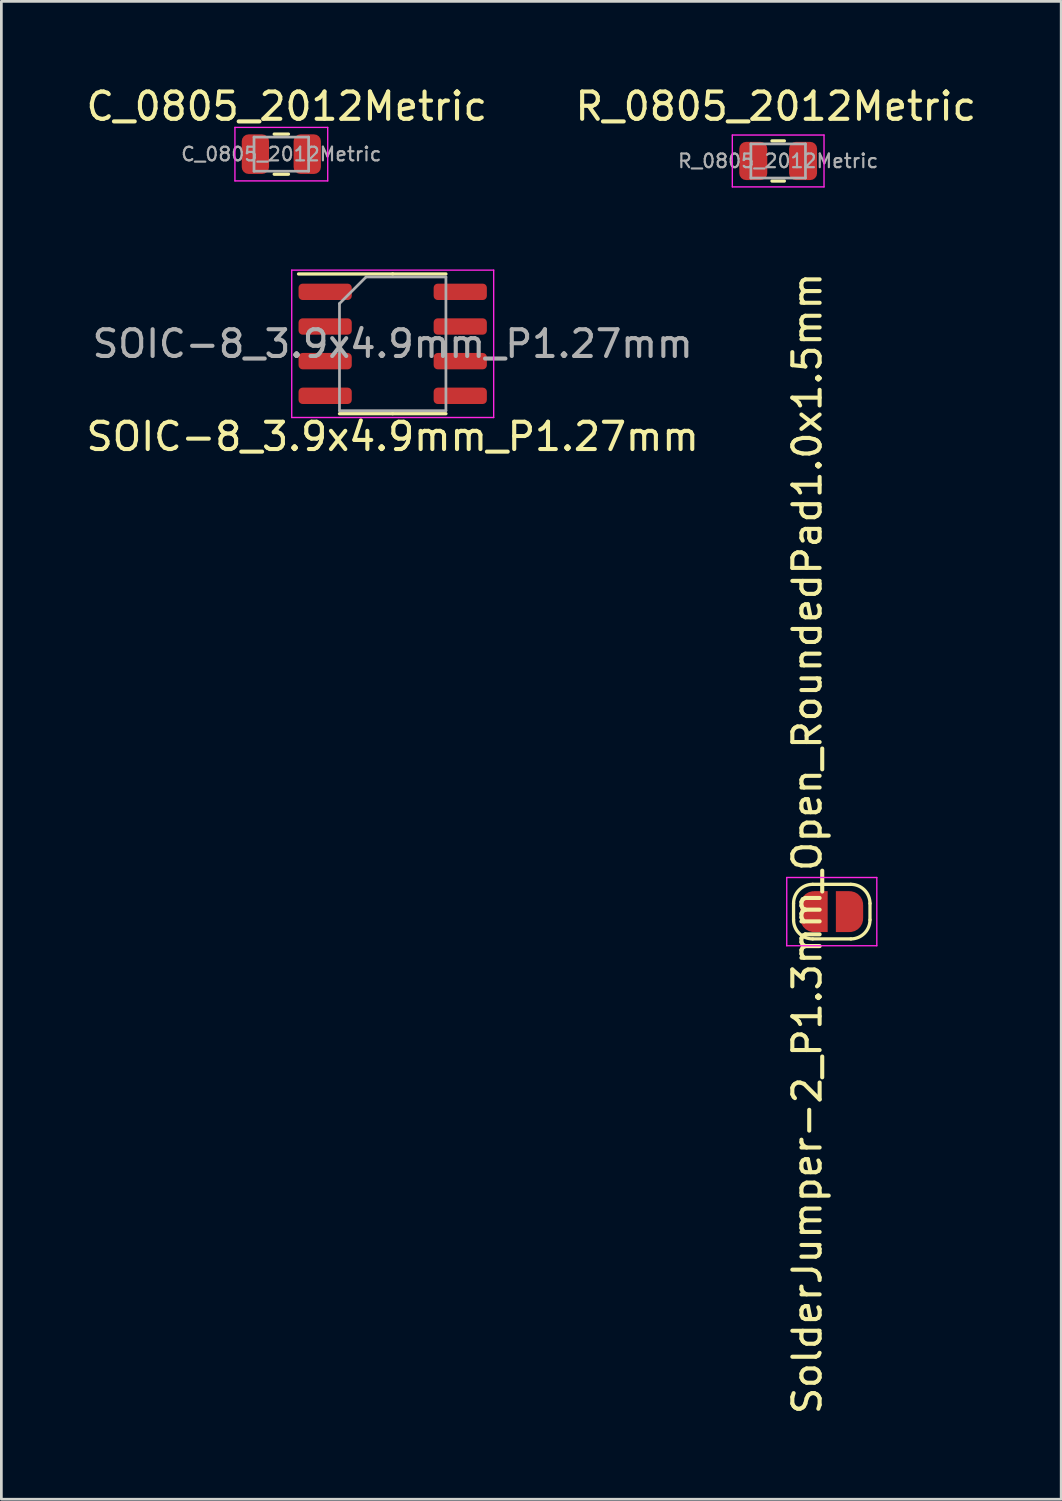
<source format=kicad_pcb>
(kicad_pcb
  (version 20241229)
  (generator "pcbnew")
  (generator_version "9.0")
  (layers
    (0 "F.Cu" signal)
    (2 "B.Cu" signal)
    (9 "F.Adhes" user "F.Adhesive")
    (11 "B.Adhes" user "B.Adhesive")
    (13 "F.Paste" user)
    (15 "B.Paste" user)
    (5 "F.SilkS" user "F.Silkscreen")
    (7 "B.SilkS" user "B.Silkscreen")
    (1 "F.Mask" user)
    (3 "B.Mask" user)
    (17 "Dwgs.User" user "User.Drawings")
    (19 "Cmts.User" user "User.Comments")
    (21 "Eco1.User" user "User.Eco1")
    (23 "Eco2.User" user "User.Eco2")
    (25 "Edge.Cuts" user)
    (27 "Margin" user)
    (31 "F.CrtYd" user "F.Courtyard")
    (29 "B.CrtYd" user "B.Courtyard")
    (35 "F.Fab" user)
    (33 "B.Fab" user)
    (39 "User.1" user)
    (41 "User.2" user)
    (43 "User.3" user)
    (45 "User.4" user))
  (footprint "SolderJumper-2_P1.3mm_Open_RoundedPad1.0x1.5mm"
    (layer "F.Cu")
    (at 27.427 30.353)
    (property "Reference" "SolderJumper-2_P1.3mm_Open_RoundedPad1.0x1.5mm" (at -0.9 -2.5 90) (layer "F.SilkS") (effects (font (size 1 1) (thickness 0.15))))
    (attr exclude_from_pos_files exclude_from_bom)
    (fp_line (start -1.4 0.3) (end -1.4 -0.3) (stroke (width 0.12) (type solid)) (layer "F.SilkS"))
    (fp_line (start -0.7 -1) (end 0.7 -1) (stroke (width 0.12) (type solid)) (layer "F.SilkS"))
    (fp_line (start 0.7 1) (end -0.7 1) (stroke (width 0.12) (type solid)) (layer "F.SilkS"))
    (fp_line (start 1.4 -0.3) (end 1.4 0.3) (stroke (width 0.12) (type solid)) (layer "F.SilkS"))
    (fp_arc (start -1.4 -0.3) (mid -1.194975 -0.794975) (end -0.7 -1) (stroke (width 0.12) (type solid)) (layer "F.SilkS"))
    (fp_arc (start -0.7 1) (mid -1.194975 0.794975) (end -1.4 0.3) (stroke (width 0.12) (type solid)) (layer "F.SilkS"))
    (fp_arc (start 0.7 -1) (mid 1.194975 -0.794975) (end 1.4 -0.3) (stroke (width 0.12) (type solid)) (layer "F.SilkS"))
    (fp_arc (start 1.4 0.3) (mid 1.194975 0.794975) (end 0.7 1) (stroke (width 0.12) (type solid)) (layer "F.SilkS"))
    (fp_line (start -1.65 -1.25) (end -1.65 1.25) (stroke (width 0.05) (type solid)) (layer "F.CrtYd"))
    (fp_line (start -1.65 -1.25) (end 1.65 -1.25) (stroke (width 0.05) (type solid)) (layer "F.CrtYd"))
    (fp_line (start 1.65 1.25) (end -1.65 1.25) (stroke (width 0.05) (type solid)) (layer "F.CrtYd"))
    (fp_line (start 1.65 1.25) (end 1.65 -1.25) (stroke (width 0.05) (type solid)) (layer "F.CrtYd"))
    (pad "1" smd custom (at -0.65 0) (size 1 0.5) (layers "F.Cu" "F.Mask") (options (anchor rect)) (primitives (gr_circle (center 0 0.25) (end 0.5 0.25) (width 0) (fill yes)) (gr_circle (center 0 -0.25) (end 0.5 -0.25) (width 0) (fill yes)) (gr_poly (pts (xy 0 -0.75) (xy 0.5 -0.75) (xy 0.5 0.75) (xy 0 0.75)) (width 0) (fill yes))))
    (pad "2" smd custom (at 0.65 0) (size 1 0.5) (layers "F.Cu" "F.Mask") (options (anchor rect)) (primitives (gr_circle (center 0 0.25) (end 0.5 0.25) (width 0) (fill yes)) (gr_circle (center 0 -0.25) (end 0.5 -0.25) (width 0) (fill yes)) (gr_poly (pts (xy 0 -0.75) (xy -0.5 -0.75) (xy -0.5 0.75) (xy 0 0.75)) (width 0) (fill yes)))))
  (footprint "R_0805_2012Metric"
    (layer "F.Cu")
    (at 25.463 2.848)
    (property "Reference" "R_0805_2012Metric" (at -0.087 -2 180) (layer "F.SilkS") (effects (font (size 1 1) (thickness 0.15))))
    (attr smd)
    (fp_line (start -0.227 -0.735) (end 0.227 -0.735) (stroke (width 0.12) (type solid)) (layer "F.SilkS"))
    (fp_line (start -0.227 0.735) (end 0.227 0.735) (stroke (width 0.12) (type solid)) (layer "F.SilkS"))
    (fp_line (start -1.68 -0.95) (end 1.68 -0.95) (stroke (width 0.05) (type solid)) (layer "F.CrtYd"))
    (fp_line (start -1.68 0.95) (end -1.68 -0.95) (stroke (width 0.05) (type solid)) (layer "F.CrtYd"))
    (fp_line (start 1.68 -0.95) (end 1.68 0.95) (stroke (width 0.05) (type solid)) (layer "F.CrtYd"))
    (fp_line (start 1.68 0.95) (end -1.68 0.95) (stroke (width 0.05) (type solid)) (layer "F.CrtYd"))
    (fp_line (start -1 -0.625) (end 1 -0.625) (stroke (width 0.1) (type solid)) (layer "F.Fab"))
    (fp_line (start -1 0.625) (end -1 -0.625) (stroke (width 0.1) (type solid)) (layer "F.Fab"))
    (fp_line (start 1 -0.625) (end 1 0.625) (stroke (width 0.1) (type solid)) (layer "F.Fab"))
    (fp_line (start 1 0.625) (end -1 0.625) (stroke (width 0.1) (type solid)) (layer "F.Fab"))
    (fp_text user "${REFERENCE}" (at 0 0 180) (layer "F.Fab") (effects (font (size 0.5 0.5) (thickness 0.08))))
    (pad "1" smd roundrect (at -0.912 0) (size 1.025 1.4) (layers "F.Cu" "F.Mask" "F.Paste") (roundrect_rratio 0.244))
    (pad "2" smd roundrect (at 0.912 0) (size 1.025 1.4) (layers "F.Cu" "F.Mask" "F.Paste") (roundrect_rratio 0.244)))
  (footprint "C_0805_2012Metric"
    (layer "F.Cu")
    (at 7.258 2.598)
    (property "Reference" "C_0805_2012Metric" (at 0.2 -1.75 0) (layer "F.SilkS") (effects (font (size 1 1) (thickness 0.15))))
    (attr smd)
    (fp_line (start -0.261 -0.735) (end 0.261 -0.735) (stroke (width 0.12) (type solid)) (layer "F.SilkS"))
    (fp_line (start -0.261 0.735) (end 0.261 0.735) (stroke (width 0.12) (type solid)) (layer "F.SilkS"))
    (fp_line (start -1.7 -0.98) (end 1.7 -0.98) (stroke (width 0.05) (type solid)) (layer "F.CrtYd"))
    (fp_line (start -1.7 0.98) (end -1.7 -0.98) (stroke (width 0.05) (type solid)) (layer "F.CrtYd"))
    (fp_line (start 1.7 -0.98) (end 1.7 0.98) (stroke (width 0.05) (type solid)) (layer "F.CrtYd"))
    (fp_line (start 1.7 0.98) (end -1.7 0.98) (stroke (width 0.05) (type solid)) (layer "F.CrtYd"))
    (fp_line (start -1 -0.625) (end 1 -0.625) (stroke (width 0.1) (type solid)) (layer "F.Fab"))
    (fp_line (start -1 0.625) (end -1 -0.625) (stroke (width 0.1) (type solid)) (layer "F.Fab"))
    (fp_line (start 1 -0.625) (end 1 0.625) (stroke (width 0.1) (type solid)) (layer "F.Fab"))
    (fp_line (start 1 0.625) (end -1 0.625) (stroke (width 0.1) (type solid)) (layer "F.Fab"))
    (fp_text user "${REFERENCE}" (at 0 0 0) (layer "F.Fab") (effects (font (size 0.5 0.5) (thickness 0.08))))
    (pad "1" smd roundrect (at -0.95 0) (size 1 1.45) (layers "F.Cu" "F.Mask" "F.Paste") (roundrect_rratio 0.25))
    (pad "2" smd roundrect (at 0.95 0) (size 1 1.45) (layers "F.Cu" "F.Mask" "F.Paste") (roundrect_rratio 0.25)))
  (footprint "SOIC-8_3.9x4.9mm_P1.27mm"
    (layer "F.Cu")
    (at 11.339 9.548)
    (property "Reference" "SOIC-8_3.9x4.9mm_P1.27mm" (at 0 3.4 0) (layer "F.SilkS") (effects (font (size 1 1) (thickness 0.15))))
    (attr smd)
    (fp_line (start 0 -2.56) (end -3.45 -2.56) (stroke (width 0.12) (type solid)) (layer "F.SilkS"))
    (fp_line (start 0 -2.56) (end 1.95 -2.56) (stroke (width 0.12) (type solid)) (layer "F.SilkS"))
    (fp_line (start 0 2.56) (end -1.95 2.56) (stroke (width 0.12) (type solid)) (layer "F.SilkS"))
    (fp_line (start 0 2.56) (end 1.95 2.56) (stroke (width 0.12) (type solid)) (layer "F.SilkS"))
    (fp_line (start -3.7 -2.7) (end -3.7 2.7) (stroke (width 0.05) (type solid)) (layer "F.CrtYd"))
    (fp_line (start -3.7 2.7) (end 3.7 2.7) (stroke (width 0.05) (type solid)) (layer "F.CrtYd"))
    (fp_line (start 3.7 -2.7) (end -3.7 -2.7) (stroke (width 0.05) (type solid)) (layer "F.CrtYd"))
    (fp_line (start 3.7 2.7) (end 3.7 -2.7) (stroke (width 0.05) (type solid)) (layer "F.CrtYd"))
    (fp_line (start -1.95 -1.475) (end -0.975 -2.45) (stroke (width 0.1) (type solid)) (layer "F.Fab"))
    (fp_line (start -1.95 2.45) (end -1.95 -1.475) (stroke (width 0.1) (type solid)) (layer "F.Fab"))
    (fp_line (start -0.975 -2.45) (end 1.95 -2.45) (stroke (width 0.1) (type solid)) (layer "F.Fab"))
    (fp_line (start 1.95 -2.45) (end 1.95 2.45) (stroke (width 0.1) (type solid)) (layer "F.Fab"))
    (fp_line (start 1.95 2.45) (end -1.95 2.45) (stroke (width 0.1) (type solid)) (layer "F.Fab"))
    (fp_text user "${REFERENCE}" (at 0 0 0) (layer "F.Fab") (effects (font (size 0.98 0.98) (thickness 0.15))))
    (pad "1" smd roundrect (at -2.475 -1.905) (size 1.95 0.6) (layers "F.Cu" "F.Mask" "F.Paste") (roundrect_rratio 0.25))
    (pad "2" smd roundrect (at -2.475 -0.635) (size 1.95 0.6) (layers "F.Cu" "F.Mask" "F.Paste") (roundrect_rratio 0.25))
    (pad "3" smd roundrect (at -2.475 0.635) (size 1.95 0.6) (layers "F.Cu" "F.Mask" "F.Paste") (roundrect_rratio 0.25))
    (pad "4" smd roundrect (at -2.475 1.905) (size 1.95 0.6) (layers "F.Cu" "F.Mask" "F.Paste") (roundrect_rratio 0.25))
    (pad "5" smd roundrect (at 2.475 1.905) (size 1.95 0.6) (layers "F.Cu" "F.Mask" "F.Paste") (roundrect_rratio 0.25))
    (pad "6" smd roundrect (at 2.475 0.635) (size 1.95 0.6) (layers "F.Cu" "F.Mask" "F.Paste") (roundrect_rratio 0.25))
    (pad "7" smd roundrect (at 2.475 -0.635) (size 1.95 0.6) (layers "F.Cu" "F.Mask" "F.Paste") (roundrect_rratio 0.25))
    (pad "8" smd roundrect (at 2.475 -1.905) (size 1.95 0.6) (layers "F.Cu" "F.Mask" "F.Paste") (roundrect_rratio 0.25)))
  (gr_rect
    (start -3 -3)
    (end 35.833 51.883)
    (stroke (width 0.1) (type default))
    (fill no)
    (layer "Edge.Cuts")))
</source>
